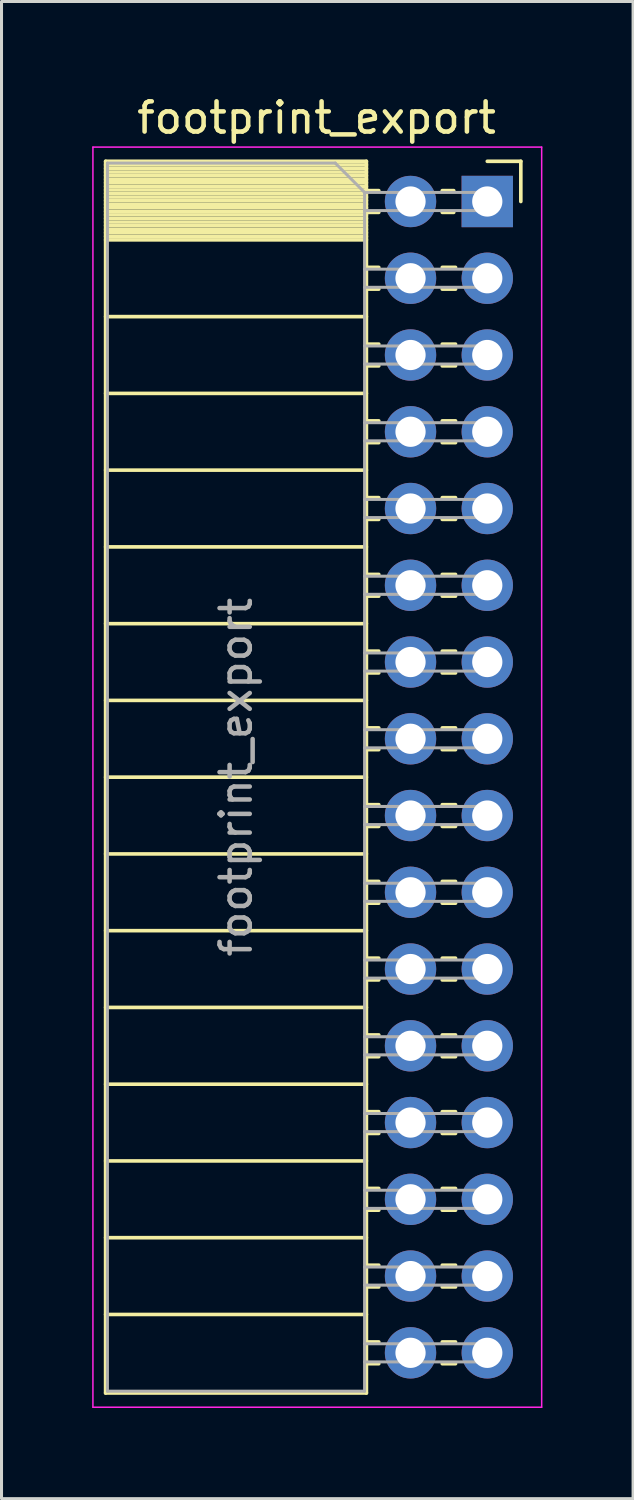
<source format=kicad_pcb>
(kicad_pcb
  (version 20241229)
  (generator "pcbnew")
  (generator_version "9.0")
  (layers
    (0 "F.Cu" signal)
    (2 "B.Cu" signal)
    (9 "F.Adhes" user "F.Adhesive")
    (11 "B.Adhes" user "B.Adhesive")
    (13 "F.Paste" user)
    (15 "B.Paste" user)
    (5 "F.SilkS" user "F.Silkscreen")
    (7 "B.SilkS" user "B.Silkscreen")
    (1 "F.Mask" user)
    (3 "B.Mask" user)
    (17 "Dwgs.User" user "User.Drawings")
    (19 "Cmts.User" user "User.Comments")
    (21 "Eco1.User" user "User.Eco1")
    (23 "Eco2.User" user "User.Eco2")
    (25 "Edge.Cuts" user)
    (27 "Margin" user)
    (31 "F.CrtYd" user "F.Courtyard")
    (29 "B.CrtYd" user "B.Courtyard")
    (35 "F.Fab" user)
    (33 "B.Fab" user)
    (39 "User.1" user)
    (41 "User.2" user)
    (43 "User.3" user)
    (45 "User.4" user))
  (footprint "footprint_export"
    (layer "F.Cu")
    (at 13.075 3.618)
    (property "Reference" "footprint_export" (at -5.65 -2.77 0) (layer "F.SilkS") (effects (font (size 1 1) (thickness 0.15))))
    (attr through_hole)
    (fp_line (start -12.63 -1.33) (end -12.63 39.43) (stroke (width 0.12) (type solid)) (layer "F.SilkS"))
    (fp_line (start -12.63 -1.33) (end -4 -1.33) (stroke (width 0.12) (type solid)) (layer "F.SilkS"))
    (fp_line (start -12.63 -1.21) (end -4 -1.21) (stroke (width 0.12) (type solid)) (layer "F.SilkS"))
    (fp_line (start -12.63 -1.092) (end -4 -1.092) (stroke (width 0.12) (type solid)) (layer "F.SilkS"))
    (fp_line (start -12.63 -0.974) (end -4 -0.974) (stroke (width 0.12) (type solid)) (layer "F.SilkS"))
    (fp_line (start -12.63 -0.856) (end -4 -0.856) (stroke (width 0.12) (type solid)) (layer "F.SilkS"))
    (fp_line (start -12.63 -0.738) (end -4 -0.738) (stroke (width 0.12) (type solid)) (layer "F.SilkS"))
    (fp_line (start -12.63 -0.62) (end -4 -0.62) (stroke (width 0.12) (type solid)) (layer "F.SilkS"))
    (fp_line (start -12.63 -0.501) (end -4 -0.501) (stroke (width 0.12) (type solid)) (layer "F.SilkS"))
    (fp_line (start -12.63 -0.383) (end -4 -0.383) (stroke (width 0.12) (type solid)) (layer "F.SilkS"))
    (fp_line (start -12.63 -0.265) (end -4 -0.265) (stroke (width 0.12) (type solid)) (layer "F.SilkS"))
    (fp_line (start -12.63 -0.147) (end -4 -0.147) (stroke (width 0.12) (type solid)) (layer "F.SilkS"))
    (fp_line (start -12.63 -0.029) (end -4 -0.029) (stroke (width 0.12) (type solid)) (layer "F.SilkS"))
    (fp_line (start -12.63 0.089) (end -4 0.089) (stroke (width 0.12) (type solid)) (layer "F.SilkS"))
    (fp_line (start -12.63 0.207) (end -4 0.207) (stroke (width 0.12) (type solid)) (layer "F.SilkS"))
    (fp_line (start -12.63 0.325) (end -4 0.325) (stroke (width 0.12) (type solid)) (layer "F.SilkS"))
    (fp_line (start -12.63 0.443) (end -4 0.443) (stroke (width 0.12) (type solid)) (layer "F.SilkS"))
    (fp_line (start -12.63 0.561) (end -4 0.561) (stroke (width 0.12) (type solid)) (layer "F.SilkS"))
    (fp_line (start -12.63 0.68) (end -4 0.68) (stroke (width 0.12) (type solid)) (layer "F.SilkS"))
    (fp_line (start -12.63 0.798) (end -4 0.798) (stroke (width 0.12) (type solid)) (layer "F.SilkS"))
    (fp_line (start -12.63 0.916) (end -4 0.916) (stroke (width 0.12) (type solid)) (layer "F.SilkS"))
    (fp_line (start -12.63 1.034) (end -4 1.034) (stroke (width 0.12) (type solid)) (layer "F.SilkS"))
    (fp_line (start -12.63 1.152) (end -4 1.152) (stroke (width 0.12) (type solid)) (layer "F.SilkS"))
    (fp_line (start -12.63 1.27) (end -4 1.27) (stroke (width 0.12) (type solid)) (layer "F.SilkS"))
    (fp_line (start -12.63 3.81) (end -4 3.81) (stroke (width 0.12) (type solid)) (layer "F.SilkS"))
    (fp_line (start -12.63 6.35) (end -4 6.35) (stroke (width 0.12) (type solid)) (layer "F.SilkS"))
    (fp_line (start -12.63 8.89) (end -4 8.89) (stroke (width 0.12) (type solid)) (layer "F.SilkS"))
    (fp_line (start -12.63 11.43) (end -4 11.43) (stroke (width 0.12) (type solid)) (layer "F.SilkS"))
    (fp_line (start -12.63 13.97) (end -4 13.97) (stroke (width 0.12) (type solid)) (layer "F.SilkS"))
    (fp_line (start -12.63 16.51) (end -4 16.51) (stroke (width 0.12) (type solid)) (layer "F.SilkS"))
    (fp_line (start -12.63 19.05) (end -4 19.05) (stroke (width 0.12) (type solid)) (layer "F.SilkS"))
    (fp_line (start -12.63 21.59) (end -4 21.59) (stroke (width 0.12) (type solid)) (layer "F.SilkS"))
    (fp_line (start -12.63 24.13) (end -4 24.13) (stroke (width 0.12) (type solid)) (layer "F.SilkS"))
    (fp_line (start -12.63 26.67) (end -4 26.67) (stroke (width 0.12) (type solid)) (layer "F.SilkS"))
    (fp_line (start -12.63 29.21) (end -4 29.21) (stroke (width 0.12) (type solid)) (layer "F.SilkS"))
    (fp_line (start -12.63 31.75) (end -4 31.75) (stroke (width 0.12) (type solid)) (layer "F.SilkS"))
    (fp_line (start -12.63 34.29) (end -4 34.29) (stroke (width 0.12) (type solid)) (layer "F.SilkS"))
    (fp_line (start -12.63 36.83) (end -4 36.83) (stroke (width 0.12) (type solid)) (layer "F.SilkS"))
    (fp_line (start -12.63 39.43) (end -4 39.43) (stroke (width 0.12) (type solid)) (layer "F.SilkS"))
    (fp_line (start -4 -1.33) (end -4 39.43) (stroke (width 0.12) (type solid)) (layer "F.SilkS"))
    (fp_line (start -4 -0.36) (end -3.59 -0.36) (stroke (width 0.12) (type solid)) (layer "F.SilkS"))
    (fp_line (start -4 0.36) (end -3.59 0.36) (stroke (width 0.12) (type solid)) (layer "F.SilkS"))
    (fp_line (start -4 2.18) (end -3.59 2.18) (stroke (width 0.12) (type solid)) (layer "F.SilkS"))
    (fp_line (start -4 2.9) (end -3.59 2.9) (stroke (width 0.12) (type solid)) (layer "F.SilkS"))
    (fp_line (start -4 4.72) (end -3.59 4.72) (stroke (width 0.12) (type solid)) (layer "F.SilkS"))
    (fp_line (start -4 5.44) (end -3.59 5.44) (stroke (width 0.12) (type solid)) (layer "F.SilkS"))
    (fp_line (start -4 7.26) (end -3.59 7.26) (stroke (width 0.12) (type solid)) (layer "F.SilkS"))
    (fp_line (start -4 7.98) (end -3.59 7.98) (stroke (width 0.12) (type solid)) (layer "F.SilkS"))
    (fp_line (start -4 9.8) (end -3.59 9.8) (stroke (width 0.12) (type solid)) (layer "F.SilkS"))
    (fp_line (start -4 10.52) (end -3.59 10.52) (stroke (width 0.12) (type solid)) (layer "F.SilkS"))
    (fp_line (start -4 12.34) (end -3.59 12.34) (stroke (width 0.12) (type solid)) (layer "F.SilkS"))
    (fp_line (start -4 13.06) (end -3.59 13.06) (stroke (width 0.12) (type solid)) (layer "F.SilkS"))
    (fp_line (start -4 14.88) (end -3.59 14.88) (stroke (width 0.12) (type solid)) (layer "F.SilkS"))
    (fp_line (start -4 15.6) (end -3.59 15.6) (stroke (width 0.12) (type solid)) (layer "F.SilkS"))
    (fp_line (start -4 17.42) (end -3.59 17.42) (stroke (width 0.12) (type solid)) (layer "F.SilkS"))
    (fp_line (start -4 18.14) (end -3.59 18.14) (stroke (width 0.12) (type solid)) (layer "F.SilkS"))
    (fp_line (start -4 19.96) (end -3.59 19.96) (stroke (width 0.12) (type solid)) (layer "F.SilkS"))
    (fp_line (start -4 20.68) (end -3.59 20.68) (stroke (width 0.12) (type solid)) (layer "F.SilkS"))
    (fp_line (start -4 22.5) (end -3.59 22.5) (stroke (width 0.12) (type solid)) (layer "F.SilkS"))
    (fp_line (start -4 23.22) (end -3.59 23.22) (stroke (width 0.12) (type solid)) (layer "F.SilkS"))
    (fp_line (start -4 25.04) (end -3.59 25.04) (stroke (width 0.12) (type solid)) (layer "F.SilkS"))
    (fp_line (start -4 25.76) (end -3.59 25.76) (stroke (width 0.12) (type solid)) (layer "F.SilkS"))
    (fp_line (start -4 27.58) (end -3.59 27.58) (stroke (width 0.12) (type solid)) (layer "F.SilkS"))
    (fp_line (start -4 28.3) (end -3.59 28.3) (stroke (width 0.12) (type solid)) (layer "F.SilkS"))
    (fp_line (start -4 30.12) (end -3.59 30.12) (stroke (width 0.12) (type solid)) (layer "F.SilkS"))
    (fp_line (start -4 30.84) (end -3.59 30.84) (stroke (width 0.12) (type solid)) (layer "F.SilkS"))
    (fp_line (start -4 32.66) (end -3.59 32.66) (stroke (width 0.12) (type solid)) (layer "F.SilkS"))
    (fp_line (start -4 33.38) (end -3.59 33.38) (stroke (width 0.12) (type solid)) (layer "F.SilkS"))
    (fp_line (start -4 35.2) (end -3.59 35.2) (stroke (width 0.12) (type solid)) (layer "F.SilkS"))
    (fp_line (start -4 35.92) (end -3.59 35.92) (stroke (width 0.12) (type solid)) (layer "F.SilkS"))
    (fp_line (start -4 37.74) (end -3.59 37.74) (stroke (width 0.12) (type solid)) (layer "F.SilkS"))
    (fp_line (start -4 38.46) (end -3.59 38.46) (stroke (width 0.12) (type solid)) (layer "F.SilkS"))
    (fp_line (start -1.49 -0.36) (end -1.11 -0.36) (stroke (width 0.12) (type solid)) (layer "F.SilkS"))
    (fp_line (start -1.49 0.36) (end -1.11 0.36) (stroke (width 0.12) (type solid)) (layer "F.SilkS"))
    (fp_line (start -1.49 2.18) (end -1.05 2.18) (stroke (width 0.12) (type solid)) (layer "F.SilkS"))
    (fp_line (start -1.49 2.9) (end -1.05 2.9) (stroke (width 0.12) (type solid)) (layer "F.SilkS"))
    (fp_line (start -1.49 4.72) (end -1.05 4.72) (stroke (width 0.12) (type solid)) (layer "F.SilkS"))
    (fp_line (start -1.49 5.44) (end -1.05 5.44) (stroke (width 0.12) (type solid)) (layer "F.SilkS"))
    (fp_line (start -1.49 7.26) (end -1.05 7.26) (stroke (width 0.12) (type solid)) (layer "F.SilkS"))
    (fp_line (start -1.49 7.98) (end -1.05 7.98) (stroke (width 0.12) (type solid)) (layer "F.SilkS"))
    (fp_line (start -1.49 9.8) (end -1.05 9.8) (stroke (width 0.12) (type solid)) (layer "F.SilkS"))
    (fp_line (start -1.49 10.52) (end -1.05 10.52) (stroke (width 0.12) (type solid)) (layer "F.SilkS"))
    (fp_line (start -1.49 12.34) (end -1.05 12.34) (stroke (width 0.12) (type solid)) (layer "F.SilkS"))
    (fp_line (start -1.49 13.06) (end -1.05 13.06) (stroke (width 0.12) (type solid)) (layer "F.SilkS"))
    (fp_line (start -1.49 14.88) (end -1.05 14.88) (stroke (width 0.12) (type solid)) (layer "F.SilkS"))
    (fp_line (start -1.49 15.6) (end -1.05 15.6) (stroke (width 0.12) (type solid)) (layer "F.SilkS"))
    (fp_line (start -1.49 17.42) (end -1.05 17.42) (stroke (width 0.12) (type solid)) (layer "F.SilkS"))
    (fp_line (start -1.49 18.14) (end -1.05 18.14) (stroke (width 0.12) (type solid)) (layer "F.SilkS"))
    (fp_line (start -1.49 19.96) (end -1.05 19.96) (stroke (width 0.12) (type solid)) (layer "F.SilkS"))
    (fp_line (start -1.49 20.68) (end -1.05 20.68) (stroke (width 0.12) (type solid)) (layer "F.SilkS"))
    (fp_line (start -1.49 22.5) (end -1.05 22.5) (stroke (width 0.12) (type solid)) (layer "F.SilkS"))
    (fp_line (start -1.49 23.22) (end -1.05 23.22) (stroke (width 0.12) (type solid)) (layer "F.SilkS"))
    (fp_line (start -1.49 25.04) (end -1.05 25.04) (stroke (width 0.12) (type solid)) (layer "F.SilkS"))
    (fp_line (start -1.49 25.76) (end -1.05 25.76) (stroke (width 0.12) (type solid)) (layer "F.SilkS"))
    (fp_line (start -1.49 27.58) (end -1.05 27.58) (stroke (width 0.12) (type solid)) (layer "F.SilkS"))
    (fp_line (start -1.49 28.3) (end -1.05 28.3) (stroke (width 0.12) (type solid)) (layer "F.SilkS"))
    (fp_line (start -1.49 30.12) (end -1.05 30.12) (stroke (width 0.12) (type solid)) (layer "F.SilkS"))
    (fp_line (start -1.49 30.84) (end -1.05 30.84) (stroke (width 0.12) (type solid)) (layer "F.SilkS"))
    (fp_line (start -1.49 32.66) (end -1.05 32.66) (stroke (width 0.12) (type solid)) (layer "F.SilkS"))
    (fp_line (start -1.49 33.38) (end -1.05 33.38) (stroke (width 0.12) (type solid)) (layer "F.SilkS"))
    (fp_line (start -1.49 35.2) (end -1.05 35.2) (stroke (width 0.12) (type solid)) (layer "F.SilkS"))
    (fp_line (start -1.49 35.92) (end -1.05 35.92) (stroke (width 0.12) (type solid)) (layer "F.SilkS"))
    (fp_line (start -1.49 37.74) (end -1.05 37.74) (stroke (width 0.12) (type solid)) (layer "F.SilkS"))
    (fp_line (start -1.49 38.46) (end -1.05 38.46) (stroke (width 0.12) (type solid)) (layer "F.SilkS"))
    (fp_line (start 0 -1.33) (end 1.11 -1.33) (stroke (width 0.12) (type solid)) (layer "F.SilkS"))
    (fp_line (start 1.11 -1.33) (end 1.11 0) (stroke (width 0.12) (type solid)) (layer "F.SilkS"))
    (fp_line (start -13.05 -1.8) (end -13.05 39.9) (stroke (width 0.05) (type solid)) (layer "F.CrtYd"))
    (fp_line (start -13.05 39.9) (end 1.8 39.9) (stroke (width 0.05) (type solid)) (layer "F.CrtYd"))
    (fp_line (start 1.8 -1.8) (end -13.05 -1.8) (stroke (width 0.05) (type solid)) (layer "F.CrtYd"))
    (fp_line (start 1.8 39.9) (end 1.8 -1.8) (stroke (width 0.05) (type solid)) (layer "F.CrtYd"))
    (fp_line (start -12.57 -1.27) (end -5.03 -1.27) (stroke (width 0.1) (type solid)) (layer "F.Fab"))
    (fp_line (start -12.57 39.37) (end -12.57 -1.27) (stroke (width 0.1) (type solid)) (layer "F.Fab"))
    (fp_line (start -5.03 -1.27) (end -4.06 -0.3) (stroke (width 0.1) (type solid)) (layer "F.Fab"))
    (fp_line (start -4.06 -0.3) (end -4.06 39.37) (stroke (width 0.1) (type solid)) (layer "F.Fab"))
    (fp_line (start -4.06 0.3) (end 0 0.3) (stroke (width 0.1) (type solid)) (layer "F.Fab"))
    (fp_line (start -4.06 2.84) (end 0 2.84) (stroke (width 0.1) (type solid)) (layer "F.Fab"))
    (fp_line (start -4.06 5.38) (end 0 5.38) (stroke (width 0.1) (type solid)) (layer "F.Fab"))
    (fp_line (start -4.06 7.92) (end 0 7.92) (stroke (width 0.1) (type solid)) (layer "F.Fab"))
    (fp_line (start -4.06 10.46) (end 0 10.46) (stroke (width 0.1) (type solid)) (layer "F.Fab"))
    (fp_line (start -4.06 13) (end 0 13) (stroke (width 0.1) (type solid)) (layer "F.Fab"))
    (fp_line (start -4.06 15.54) (end 0 15.54) (stroke (width 0.1) (type solid)) (layer "F.Fab"))
    (fp_line (start -4.06 18.08) (end 0 18.08) (stroke (width 0.1) (type solid)) (layer "F.Fab"))
    (fp_line (start -4.06 20.62) (end 0 20.62) (stroke (width 0.1) (type solid)) (layer "F.Fab"))
    (fp_line (start -4.06 23.16) (end 0 23.16) (stroke (width 0.1) (type solid)) (layer "F.Fab"))
    (fp_line (start -4.06 25.7) (end 0 25.7) (stroke (width 0.1) (type solid)) (layer "F.Fab"))
    (fp_line (start -4.06 28.24) (end 0 28.24) (stroke (width 0.1) (type solid)) (layer "F.Fab"))
    (fp_line (start -4.06 30.78) (end 0 30.78) (stroke (width 0.1) (type solid)) (layer "F.Fab"))
    (fp_line (start -4.06 33.32) (end 0 33.32) (stroke (width 0.1) (type solid)) (layer "F.Fab"))
    (fp_line (start -4.06 35.86) (end 0 35.86) (stroke (width 0.1) (type solid)) (layer "F.Fab"))
    (fp_line (start -4.06 38.4) (end 0 38.4) (stroke (width 0.1) (type solid)) (layer "F.Fab"))
    (fp_line (start -4.06 39.37) (end -12.57 39.37) (stroke (width 0.1) (type solid)) (layer "F.Fab"))
    (fp_line (start 0 -0.3) (end -4.06 -0.3) (stroke (width 0.1) (type solid)) (layer "F.Fab"))
    (fp_line (start 0 0.3) (end 0 -0.3) (stroke (width 0.1) (type solid)) (layer "F.Fab"))
    (fp_line (start 0 2.24) (end -4.06 2.24) (stroke (width 0.1) (type solid)) (layer "F.Fab"))
    (fp_line (start 0 2.84) (end 0 2.24) (stroke (width 0.1) (type solid)) (layer "F.Fab"))
    (fp_line (start 0 4.78) (end -4.06 4.78) (stroke (width 0.1) (type solid)) (layer "F.Fab"))
    (fp_line (start 0 5.38) (end 0 4.78) (stroke (width 0.1) (type solid)) (layer "F.Fab"))
    (fp_line (start 0 7.32) (end -4.06 7.32) (stroke (width 0.1) (type solid)) (layer "F.Fab"))
    (fp_line (start 0 7.92) (end 0 7.32) (stroke (width 0.1) (type solid)) (layer "F.Fab"))
    (fp_line (start 0 9.86) (end -4.06 9.86) (stroke (width 0.1) (type solid)) (layer "F.Fab"))
    (fp_line (start 0 10.46) (end 0 9.86) (stroke (width 0.1) (type solid)) (layer "F.Fab"))
    (fp_line (start 0 12.4) (end -4.06 12.4) (stroke (width 0.1) (type solid)) (layer "F.Fab"))
    (fp_line (start 0 13) (end 0 12.4) (stroke (width 0.1) (type solid)) (layer "F.Fab"))
    (fp_line (start 0 14.94) (end -4.06 14.94) (stroke (width 0.1) (type solid)) (layer "F.Fab"))
    (fp_line (start 0 15.54) (end 0 14.94) (stroke (width 0.1) (type solid)) (layer "F.Fab"))
    (fp_line (start 0 17.48) (end -4.06 17.48) (stroke (width 0.1) (type solid)) (layer "F.Fab"))
    (fp_line (start 0 18.08) (end 0 17.48) (stroke (width 0.1) (type solid)) (layer "F.Fab"))
    (fp_line (start 0 20.02) (end -4.06 20.02) (stroke (width 0.1) (type solid)) (layer "F.Fab"))
    (fp_line (start 0 20.62) (end 0 20.02) (stroke (width 0.1) (type solid)) (layer "F.Fab"))
    (fp_line (start 0 22.56) (end -4.06 22.56) (stroke (width 0.1) (type solid)) (layer "F.Fab"))
    (fp_line (start 0 23.16) (end 0 22.56) (stroke (width 0.1) (type solid)) (layer "F.Fab"))
    (fp_line (start 0 25.1) (end -4.06 25.1) (stroke (width 0.1) (type solid)) (layer "F.Fab"))
    (fp_line (start 0 25.7) (end 0 25.1) (stroke (width 0.1) (type solid)) (layer "F.Fab"))
    (fp_line (start 0 27.64) (end -4.06 27.64) (stroke (width 0.1) (type solid)) (layer "F.Fab"))
    (fp_line (start 0 28.24) (end 0 27.64) (stroke (width 0.1) (type solid)) (layer "F.Fab"))
    (fp_line (start 0 30.18) (end -4.06 30.18) (stroke (width 0.1) (type solid)) (layer "F.Fab"))
    (fp_line (start 0 30.78) (end 0 30.18) (stroke (width 0.1) (type solid)) (layer "F.Fab"))
    (fp_line (start 0 32.72) (end -4.06 32.72) (stroke (width 0.1) (type solid)) (layer "F.Fab"))
    (fp_line (start 0 33.32) (end 0 32.72) (stroke (width 0.1) (type solid)) (layer "F.Fab"))
    (fp_line (start 0 35.26) (end -4.06 35.26) (stroke (width 0.1) (type solid)) (layer "F.Fab"))
    (fp_line (start 0 35.86) (end 0 35.26) (stroke (width 0.1) (type solid)) (layer "F.Fab"))
    (fp_line (start 0 37.8) (end -4.06 37.8) (stroke (width 0.1) (type solid)) (layer "F.Fab"))
    (fp_line (start 0 38.4) (end 0 37.8) (stroke (width 0.1) (type solid)) (layer "F.Fab"))
    (fp_text user "${REFERENCE}" (at -8.315 19.05 90) (layer "F.Fab") (effects (font (size 1 1) (thickness 0.15))))
    (pad "1" thru_hole rect (at 0 0) (size 1.7 1.7) (drill 1) (layers "*.Cu" "*.Mask"))
    (pad "2" thru_hole oval (at -2.54 0) (size 1.7 1.7) (drill 1) (layers "*.Cu" "*.Mask"))
    (pad "3" thru_hole oval (at 0 2.54) (size 1.7 1.7) (drill 1) (layers "*.Cu" "*.Mask"))
    (pad "4" thru_hole oval (at -2.54 2.54) (size 1.7 1.7) (drill 1) (layers "*.Cu" "*.Mask"))
    (pad "5" thru_hole oval (at 0 5.08) (size 1.7 1.7) (drill 1) (layers "*.Cu" "*.Mask"))
    (pad "6" thru_hole oval (at -2.54 5.08) (size 1.7 1.7) (drill 1) (layers "*.Cu" "*.Mask"))
    (pad "7" thru_hole oval (at 0 7.62) (size 1.7 1.7) (drill 1) (layers "*.Cu" "*.Mask"))
    (pad "8" thru_hole oval (at -2.54 7.62) (size 1.7 1.7) (drill 1) (layers "*.Cu" "*.Mask"))
    (pad "9" thru_hole oval (at 0 10.16) (size 1.7 1.7) (drill 1) (layers "*.Cu" "*.Mask"))
    (pad "10" thru_hole oval (at -2.54 10.16) (size 1.7 1.7) (drill 1) (layers "*.Cu" "*.Mask"))
    (pad "11" thru_hole oval (at 0 12.7) (size 1.7 1.7) (drill 1) (layers "*.Cu" "*.Mask"))
    (pad "12" thru_hole oval (at -2.54 12.7) (size 1.7 1.7) (drill 1) (layers "*.Cu" "*.Mask"))
    (pad "13" thru_hole oval (at 0 15.24) (size 1.7 1.7) (drill 1) (layers "*.Cu" "*.Mask"))
    (pad "14" thru_hole oval (at -2.54 15.24) (size 1.7 1.7) (drill 1) (layers "*.Cu" "*.Mask"))
    (pad "15" thru_hole oval (at 0 17.78) (size 1.7 1.7) (drill 1) (layers "*.Cu" "*.Mask"))
    (pad "16" thru_hole oval (at -2.54 17.78) (size 1.7 1.7) (drill 1) (layers "*.Cu" "*.Mask"))
    (pad "17" thru_hole oval (at 0 20.32) (size 1.7 1.7) (drill 1) (layers "*.Cu" "*.Mask"))
    (pad "18" thru_hole oval (at -2.54 20.32) (size 1.7 1.7) (drill 1) (layers "*.Cu" "*.Mask"))
    (pad "19" thru_hole oval (at 0 22.86) (size 1.7 1.7) (drill 1) (layers "*.Cu" "*.Mask"))
    (pad "20" thru_hole oval (at -2.54 22.86) (size 1.7 1.7) (drill 1) (layers "*.Cu" "*.Mask"))
    (pad "21" thru_hole oval (at 0 25.4) (size 1.7 1.7) (drill 1) (layers "*.Cu" "*.Mask"))
    (pad "22" thru_hole oval (at -2.54 25.4) (size 1.7 1.7) (drill 1) (layers "*.Cu" "*.Mask"))
    (pad "23" thru_hole oval (at 0 27.94) (size 1.7 1.7) (drill 1) (layers "*.Cu" "*.Mask"))
    (pad "24" thru_hole oval (at -2.54 27.94) (size 1.7 1.7) (drill 1) (layers "*.Cu" "*.Mask"))
    (pad "25" thru_hole oval (at 0 30.48) (size 1.7 1.7) (drill 1) (layers "*.Cu" "*.Mask"))
    (pad "26" thru_hole oval (at -2.54 30.48) (size 1.7 1.7) (drill 1) (layers "*.Cu" "*.Mask"))
    (pad "27" thru_hole oval (at 0 33.02) (size 1.7 1.7) (drill 1) (layers "*.Cu" "*.Mask"))
    (pad "28" thru_hole oval (at -2.54 33.02) (size 1.7 1.7) (drill 1) (layers "*.Cu" "*.Mask"))
    (pad "29" thru_hole oval (at 0 35.56) (size 1.7 1.7) (drill 1) (layers "*.Cu" "*.Mask"))
    (pad "30" thru_hole oval (at -2.54 35.56) (size 1.7 1.7) (drill 1) (layers "*.Cu" "*.Mask"))
    (pad "31" thru_hole oval (at 0 38.1) (size 1.7 1.7) (drill 1) (layers "*.Cu" "*.Mask"))
    (pad "32" thru_hole oval (at -2.54 38.1) (size 1.7 1.7) (drill 1) (layers "*.Cu" "*.Mask")))
  (gr_rect
    (start -3 -3)
    (end 17.9 46.543)
    (stroke (width 0.1) (type default))
    (fill no)
    (layer "Edge.Cuts")))
</source>
